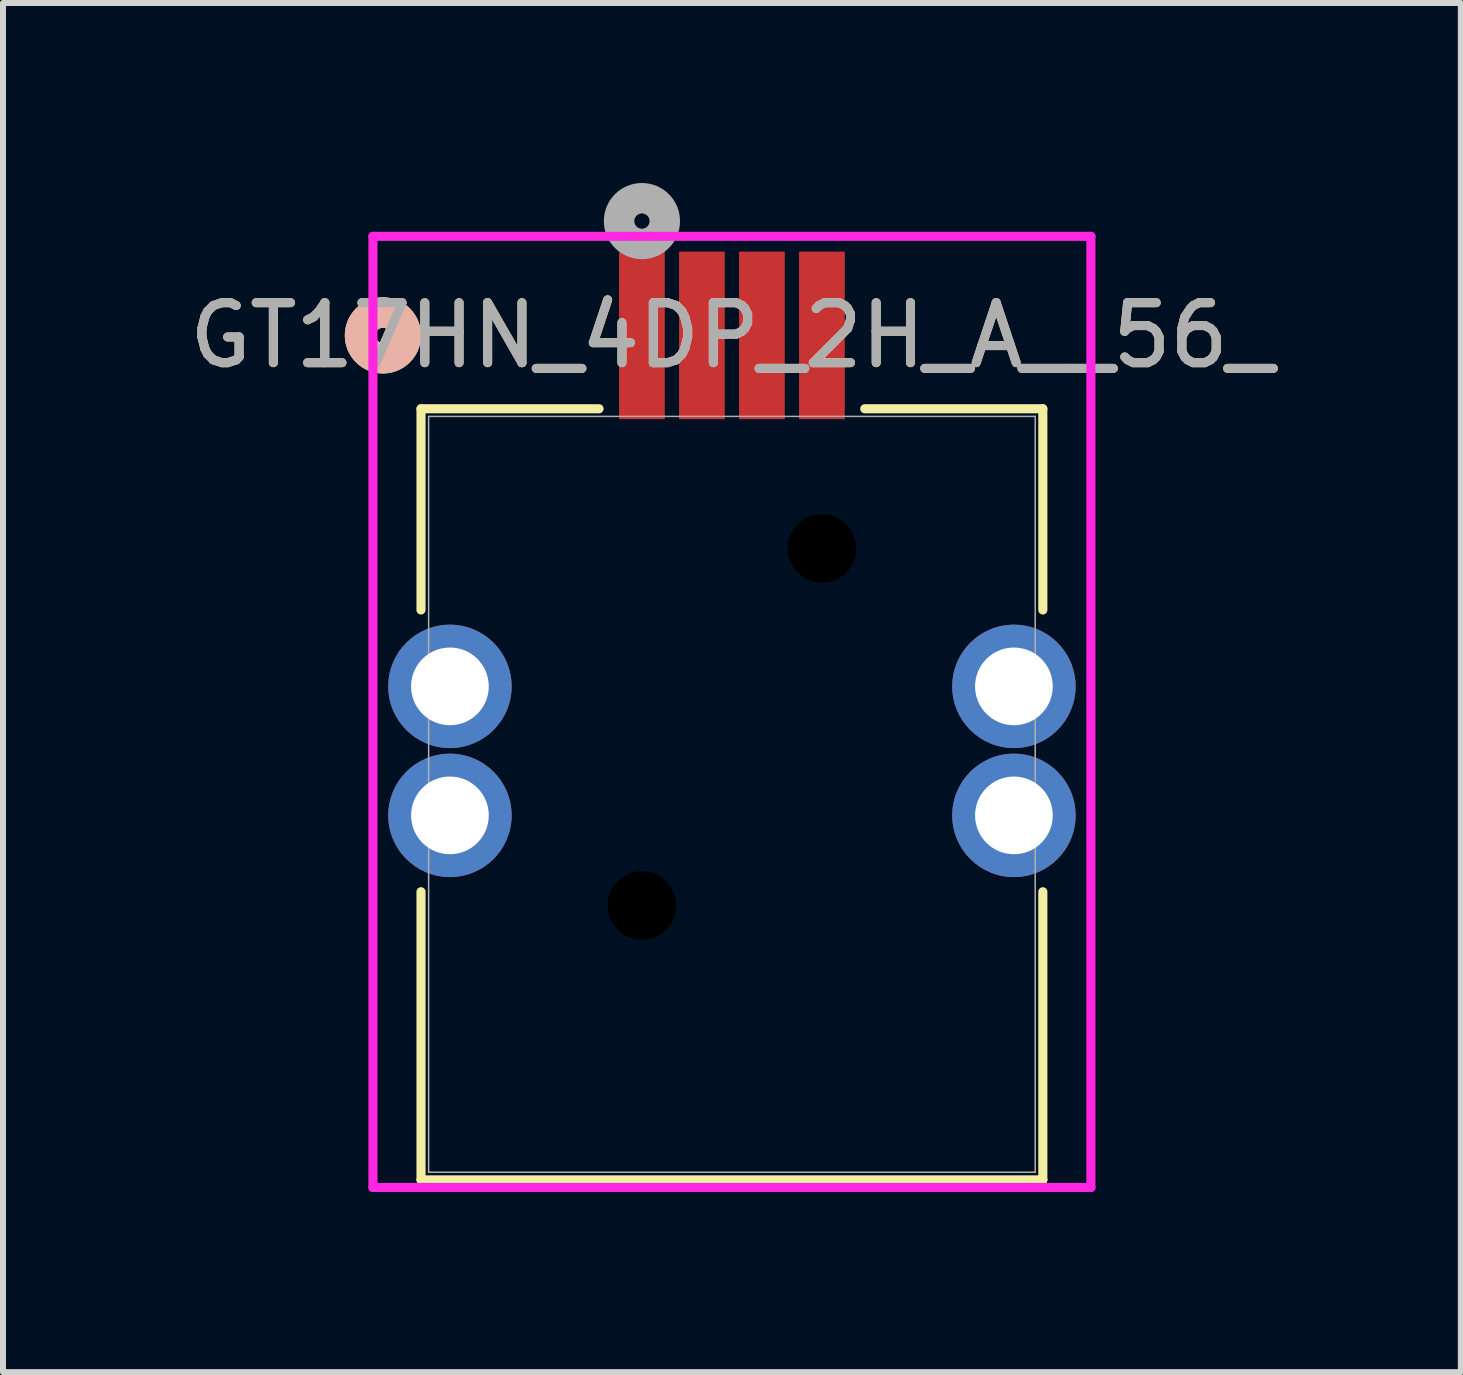
<source format=kicad_pcb>
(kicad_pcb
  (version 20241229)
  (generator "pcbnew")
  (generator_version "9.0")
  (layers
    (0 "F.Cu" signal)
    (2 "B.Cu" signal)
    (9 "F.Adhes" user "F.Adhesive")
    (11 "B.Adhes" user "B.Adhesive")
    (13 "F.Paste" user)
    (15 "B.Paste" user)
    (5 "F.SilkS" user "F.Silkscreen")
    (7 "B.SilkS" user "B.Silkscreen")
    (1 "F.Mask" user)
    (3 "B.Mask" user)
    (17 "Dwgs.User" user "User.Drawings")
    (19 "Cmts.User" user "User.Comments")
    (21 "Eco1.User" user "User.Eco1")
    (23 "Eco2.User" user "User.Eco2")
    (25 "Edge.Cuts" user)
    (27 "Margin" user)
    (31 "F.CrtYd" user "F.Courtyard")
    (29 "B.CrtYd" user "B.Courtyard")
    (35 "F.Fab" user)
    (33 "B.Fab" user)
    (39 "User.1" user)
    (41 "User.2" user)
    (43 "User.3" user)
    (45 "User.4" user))
  (footprint "GT17HN_4DP_2H_A__56_"
    (layer "F.Cu")
    (at 9.149 10.189)
    (property "Reference" "GT17HN_4DP_2H_A__56_" (at 0 -7.649 0) (unlocked yes) (layer "F.SilkS") (effects (font (size 1 1) (thickness 0.15))))
    (fp_line (start -5.182 -6.426) (end -5.182 -3.073) (stroke (width 0.152) (type solid)) (layer "F.SilkS"))
    (fp_line (start -5.182 1.624) (end -5.182 6.426) (stroke (width 0.152) (type solid)) (layer "F.SilkS"))
    (fp_line (start -5.182 6.426) (end 5.182 6.426) (stroke (width 0.152) (type solid)) (layer "F.SilkS"))
    (fp_line (start -2.214 -6.426) (end -5.182 -6.426) (stroke (width 0.152) (type solid)) (layer "F.SilkS"))
    (fp_line (start 5.182 -6.426) (end 2.214 -6.426) (stroke (width 0.152) (type solid)) (layer "F.SilkS"))
    (fp_line (start 5.182 -3.073) (end 5.182 -6.426) (stroke (width 0.152) (type solid)) (layer "F.SilkS"))
    (fp_line (start 5.182 6.426) (end 5.182 1.624) (stroke (width 0.152) (type solid)) (layer "F.SilkS"))
    (fp_circle (center -5.817 -7.649) (end -5.436 -7.649) (stroke (width 0.508) (type solid)) (fill no) (layer "F.SilkS"))
    (fp_circle (center -5.817 -7.649) (end -5.436 -7.649) (stroke (width 0.508) (type solid)) (fill no) (layer "B.SilkS"))
    (fp_line (start -5.983 -9.3) (end -5.983 6.553) (stroke (width 0.152) (type solid)) (layer "F.CrtYd"))
    (fp_line (start -5.983 6.553) (end 5.983 6.553) (stroke (width 0.152) (type solid)) (layer "F.CrtYd"))
    (fp_line (start 5.983 -9.3) (end -5.983 -9.3) (stroke (width 0.152) (type solid)) (layer "F.CrtYd"))
    (fp_line (start 5.983 6.553) (end 5.983 -9.3) (stroke (width 0.152) (type solid)) (layer "F.CrtYd"))
    (fp_line (start -5.055 -6.299) (end -5.055 6.299) (stroke (width 0.025) (type solid)) (layer "F.Fab"))
    (fp_line (start -5.055 6.299) (end 5.055 6.299) (stroke (width 0.025) (type solid)) (layer "F.Fab"))
    (fp_line (start 5.055 -6.299) (end -5.055 -6.299) (stroke (width 0.025) (type solid)) (layer "F.Fab"))
    (fp_line (start 5.055 6.299) (end 5.055 -6.299) (stroke (width 0.025) (type solid)) (layer "F.Fab"))
    (fp_circle (center -1.5 -9.554) (end -1.119 -9.554) (stroke (width 0.508) (type solid)) (fill no) (layer "F.Fab"))
    (fp_text user "${REFERENCE}" (at 0 -7.649 0) (unlocked yes) (layer "F.Fab") (effects (font (size 1 1) (thickness 0.15))))
    (pad "" np_thru_hole circle (at -1.5 1.851) (size 1.143 1.143) (drill 1.143) (layers))
    (pad "" np_thru_hole circle (at 1.5 -4.099) (size 1.143 1.143) (drill 1.143) (layers))
    (pad "1" smd rect (at -1.5 -7.649) (size 0.762 2.794) (layers "F.Cu" "F.Mask" "F.Paste"))
    (pad "2" smd rect (at -0.5 -7.649) (size 0.762 2.794) (layers "F.Cu" "F.Mask" "F.Paste"))
    (pad "3" smd rect (at 0.5 -7.649) (size 0.762 2.794) (layers "F.Cu" "F.Mask" "F.Paste"))
    (pad "4" smd rect (at 1.5 -7.649) (size 0.762 2.794) (layers "F.Cu" "F.Mask" "F.Paste"))
    (pad "5" thru_hole circle (at -4.7 -1.799) (size 2.057 2.057) (drill 1.295) (layers "*.Cu" "*.Mask"))
    (pad "6" thru_hole circle (at 4.7 -1.799) (size 2.057 2.057) (drill 1.295) (layers "*.Cu" "*.Mask"))
    (pad "7" thru_hole circle (at -4.7 0.351) (size 2.057 2.057) (drill 1.295) (layers "*.Cu" "*.Mask"))
    (pad "8" thru_hole circle (at 4.7 0.351) (size 2.057 2.057) (drill 1.295) (layers "*.Cu" "*.Mask")))
  (gr_rect
    (start -3 -3)
    (end 21.298 19.819)
    (stroke (width 0.1) (type default))
    (fill no)
    (layer "Edge.Cuts")))
</source>
